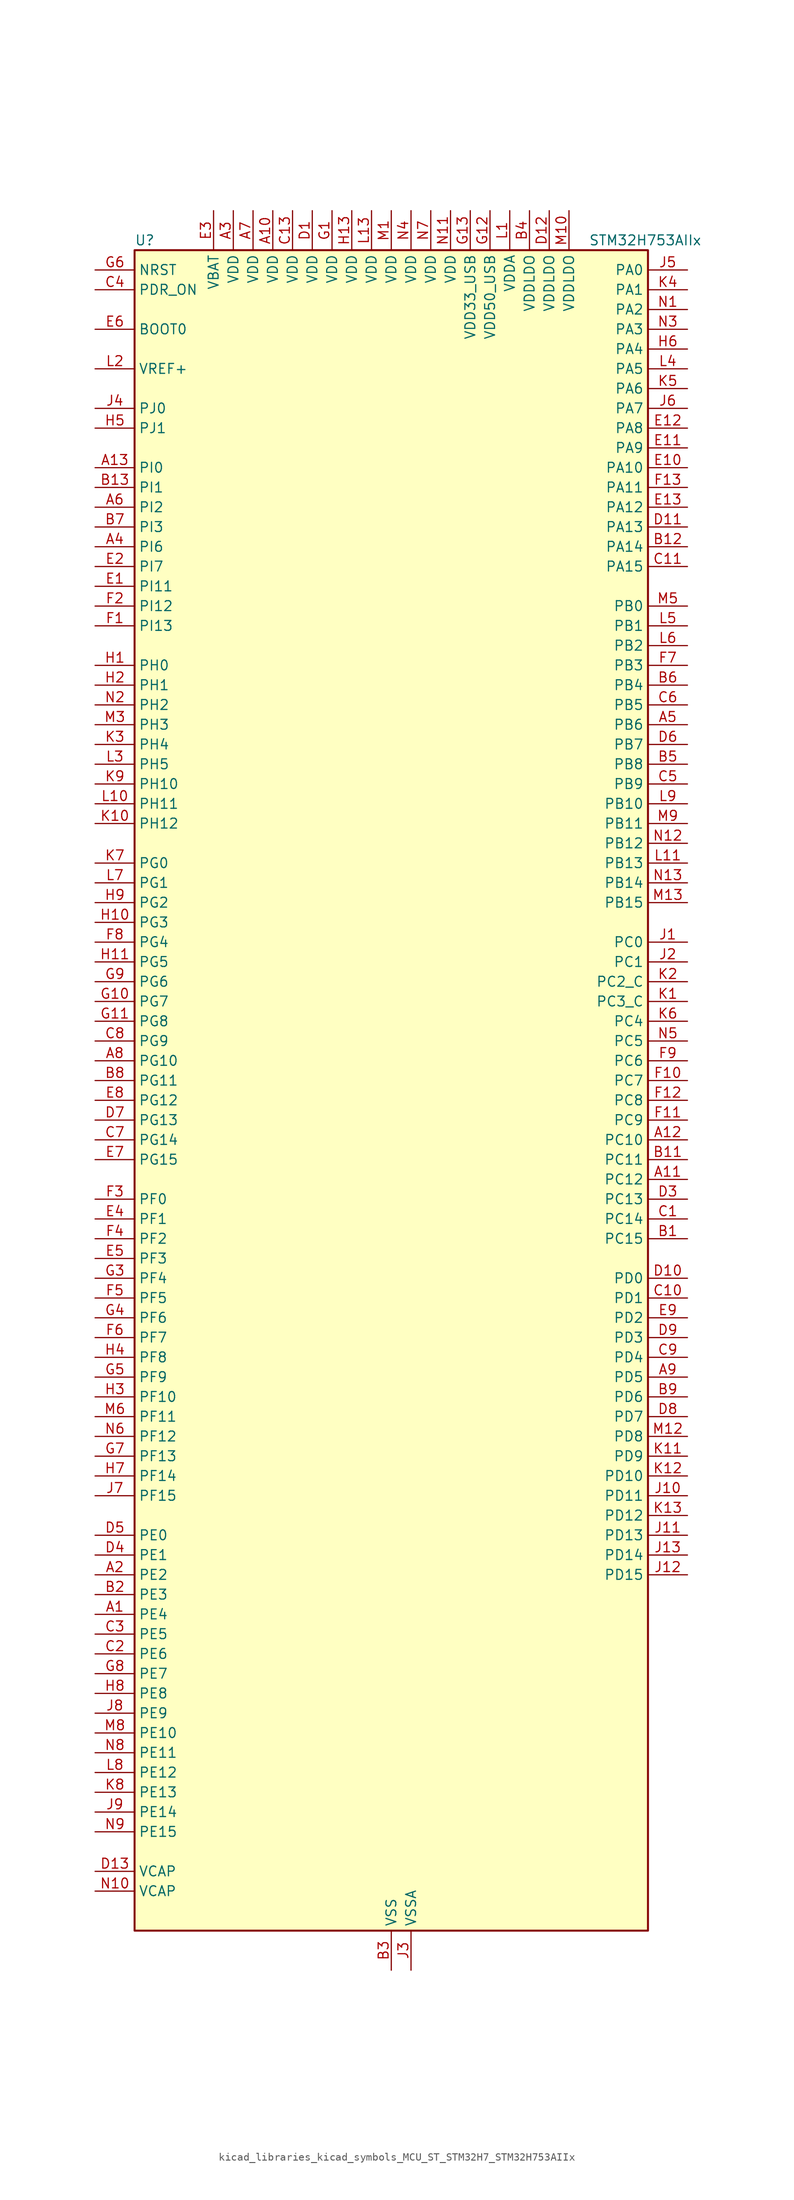
<source format=kicad_sym>
(kicad_symbol_lib
  (version 20220914)
  (generator kicad_symbol_editor)
  (symbol "kicad_libraries_kicad_symbols_MCU_ST_STM32H7_STM32H753AIIx"
    (property "Reference" "U"
      (at -33.02 110.49 0)
      (effects (font (size 1.27 1.27)) (justify left)))
    (property "Value" "STM32H753AIIx"
      (at 25.4 110.49 0)
      (effects (font (size 1.27 1.27)) (justify left)))
    (property "ki_locked" ""
      (at 0 0 0)
      (effects (font (size 1.27 1.27))))
    (symbol "kicad_libraries_kicad_symbols_MCU_ST_STM32H7_STM32H753AIIx_0_1"
      (rectangle (start -33.02 -106.68) (end 33.02 109.22) (stroke (width 0.254) (type default)) (fill (type background))))
    (symbol "kicad_libraries_kicad_symbols_MCU_ST_STM32H7_STM32H753AIIx_1_1"
      (pin bidirectional line (at -38.1 -66.04 0) (length 5.08) (name "PE4" (effects (font (size 1.27 1.27)))) (number "A1" (effects (font (size 1.27 1.27)))) (alternate "DCMI_D4" bidirectional line) (alternate "DEBUG_TRACED1" bidirectional line) (alternate "DFSDM1_DATIN3" bidirectional line) (alternate "FMC_A20" bidirectional line) (alternate "LTDC_B0" bidirectional line) (alternate "SAI1_D2" bidirectional line) (alternate "SAI1_FS_A" bidirectional line) (alternate "SAI4_D2" bidirectional line) (alternate "SAI4_FS_A" bidirectional line) (alternate "SPI4_NSS" bidirectional line) (alternate "TIM15_CH1N" bidirectional line))
      (pin power_in line (at -15.24 114.3 270) (length 5.08) (name "VDD" (effects (font (size 1.27 1.27)))) (number "A10" (effects (font (size 1.27 1.27)))))
      (pin bidirectional line (at 38.1 -10.16 180) (length 5.08) (name "PC12" (effects (font (size 1.27 1.27)))) (number "A11" (effects (font (size 1.27 1.27)))) (alternate "DCMI_D9" bidirectional line) (alternate "DEBUG_TRACED3" bidirectional line) (alternate "HRTIM_EEV2" bidirectional line) (alternate "I2S3_SDO" bidirectional line) (alternate "SDMMC1_CK" bidirectional line) (alternate "SPI3_MOSI" bidirectional line) (alternate "UART5_TX" bidirectional line) (alternate "USART3_CK" bidirectional line))
      (pin bidirectional line (at 38.1 -5.08 180) (length 5.08) (name "PC10" (effects (font (size 1.27 1.27)))) (number "A12" (effects (font (size 1.27 1.27)))) (alternate "DCMI_D8" bidirectional line) (alternate "DFSDM1_CKIN5" bidirectional line) (alternate "HRTIM_EEV1" bidirectional line) (alternate "I2S3_CK" bidirectional line) (alternate "LTDC_R2" bidirectional line) (alternate "QUADSPI_BK1_IO1" bidirectional line) (alternate "SDMMC1_D2" bidirectional line) (alternate "SPI3_SCK" bidirectional line) (alternate "UART4_TX" bidirectional line) (alternate "USART3_TX" bidirectional line))
      (pin bidirectional line (at -38.1 81.28 0) (length 5.08) (name "PI0" (effects (font (size 1.27 1.27)))) (number "A13" (effects (font (size 1.27 1.27)))) (alternate "DCMI_D13" bidirectional line) (alternate "FMC_D24" bidirectional line) (alternate "I2S2_WS" bidirectional line) (alternate "LTDC_G5" bidirectional line) (alternate "SPI2_NSS" bidirectional line) (alternate "TIM5_CH4" bidirectional line))
      (pin bidirectional line (at -38.1 -60.96 0) (length 5.08) (name "PE2" (effects (font (size 1.27 1.27)))) (number "A2" (effects (font (size 1.27 1.27)))) (alternate "DEBUG_TRACECLK" bidirectional line) (alternate "ETH_TXD3" bidirectional line) (alternate "FMC_A23" bidirectional line) (alternate "QUADSPI_BK1_IO2" bidirectional line) (alternate "SAI1_CK1" bidirectional line) (alternate "SAI1_MCLK_A" bidirectional line) (alternate "SAI4_CK1" bidirectional line) (alternate "SAI4_MCLK_A" bidirectional line) (alternate "SPI4_SCK" bidirectional line))
      (pin power_in line (at -20.32 114.3 270) (length 5.08) (name "VDD" (effects (font (size 1.27 1.27)))) (number "A3" (effects (font (size 1.27 1.27)))))
      (pin bidirectional line (at -38.1 71.12 0) (length 5.08) (name "PI6" (effects (font (size 1.27 1.27)))) (number "A4" (effects (font (size 1.27 1.27)))) (alternate "DCMI_D6" bidirectional line) (alternate "FMC_D28" bidirectional line) (alternate "LTDC_B6" bidirectional line) (alternate "SAI2_SD_A" bidirectional line) (alternate "TIM8_CH2" bidirectional line))
      (pin bidirectional line (at 38.1 48.26 180) (length 5.08) (name "PB6" (effects (font (size 1.27 1.27)))) (number "A5" (effects (font (size 1.27 1.27)))) (alternate "CEC" bidirectional line) (alternate "DCMI_D5" bidirectional line) (alternate "DFSDM1_DATIN5" bidirectional line) (alternate "FDCAN2_TX" bidirectional line) (alternate "FMC_SDNE1" bidirectional line) (alternate "HRTIM_EEV8" bidirectional line) (alternate "I2C1_SCL" bidirectional line) (alternate "I2C4_SCL" bidirectional line) (alternate "LPUART1_TX" bidirectional line) (alternate "QUADSPI_BK1_NCS" bidirectional line) (alternate "TIM16_CH1N" bidirectional line) (alternate "TIM4_CH1" bidirectional line) (alternate "UART5_TX" bidirectional line) (alternate "USART1_TX" bidirectional line))
      (pin bidirectional line (at -38.1 76.2 0) (length 5.08) (name "PI2" (effects (font (size 1.27 1.27)))) (number "A6" (effects (font (size 1.27 1.27)))) (alternate "DCMI_D9" bidirectional line) (alternate "FMC_D26" bidirectional line) (alternate "I2S2_SDI" bidirectional line) (alternate "LTDC_G7" bidirectional line) (alternate "SPI2_MISO" bidirectional line) (alternate "TIM8_CH4" bidirectional line))
      (pin power_in line (at -17.78 114.3 270) (length 5.08) (name "VDD" (effects (font (size 1.27 1.27)))) (number "A7" (effects (font (size 1.27 1.27)))))
      (pin bidirectional line (at -38.1 5.08 0) (length 5.08) (name "PG10" (effects (font (size 1.27 1.27)))) (number "A8" (effects (font (size 1.27 1.27)))) (alternate "DCMI_D2" bidirectional line) (alternate "FMC_NE3" bidirectional line) (alternate "HRTIM_FLT5" bidirectional line) (alternate "I2S1_WS" bidirectional line) (alternate "LTDC_B2" bidirectional line) (alternate "LTDC_G3" bidirectional line) (alternate "SAI2_SD_B" bidirectional line) (alternate "SPI1_NSS" bidirectional line))
      (pin bidirectional line (at 38.1 -35.56 180) (length 5.08) (name "PD5" (effects (font (size 1.27 1.27)))) (number "A9" (effects (font (size 1.27 1.27)))) (alternate "FMC_NWE" bidirectional line) (alternate "HRTIM_EEV3" bidirectional line) (alternate "USART2_TX" bidirectional line))
      (pin bidirectional line (at 38.1 -17.78 180) (length 5.08) (name "PC15" (effects (font (size 1.27 1.27)))) (number "B1" (effects (font (size 1.27 1.27)))) (alternate "ADC1_EXTI15" bidirectional line) (alternate "ADC2_EXTI15" bidirectional line) (alternate "ADC3_EXTI15" bidirectional line) (alternate "RCC_OSC32_OUT" bidirectional line))
      (pin passive line (at 0 -111.76 90) (length 5.08) hide (name "VSS" (effects (font (size 1.27 1.27)))) (number "B10" (effects (font (size 1.27 1.27)))))
      (pin bidirectional line (at 38.1 -7.62 180) (length 5.08) (name "PC11" (effects (font (size 1.27 1.27)))) (number "B11" (effects (font (size 1.27 1.27)))) (alternate "ADC1_EXTI11" bidirectional line) (alternate "ADC2_EXTI11" bidirectional line) (alternate "ADC3_EXTI11" bidirectional line) (alternate "DCMI_D4" bidirectional line) (alternate "DFSDM1_DATIN5" bidirectional line) (alternate "HRTIM_FLT2" bidirectional line) (alternate "I2S3_SDI" bidirectional line) (alternate "QUADSPI_BK2_NCS" bidirectional line) (alternate "SDMMC1_D3" bidirectional line) (alternate "SPI3_MISO" bidirectional line) (alternate "UART4_RX" bidirectional line) (alternate "USART3_RX" bidirectional line))
      (pin bidirectional line (at 38.1 71.12 180) (length 5.08) (name "PA14" (effects (font (size 1.27 1.27)))) (number "B12" (effects (font (size 1.27 1.27)))) (alternate "DEBUG_JTCK-SWCLK" bidirectional line))
      (pin bidirectional line (at -38.1 78.74 0) (length 5.08) (name "PI1" (effects (font (size 1.27 1.27)))) (number "B13" (effects (font (size 1.27 1.27)))) (alternate "DCMI_D8" bidirectional line) (alternate "FMC_D25" bidirectional line) (alternate "I2S2_CK" bidirectional line) (alternate "LTDC_G6" bidirectional line) (alternate "SPI2_SCK" bidirectional line) (alternate "TIM8_BKIN2" bidirectional line) (alternate "TIM8_BKIN2_COMP1" bidirectional line) (alternate "TIM8_BKIN2_COMP2" bidirectional line))
      (pin bidirectional line (at -38.1 -63.5 0) (length 5.08) (name "PE3" (effects (font (size 1.27 1.27)))) (number "B2" (effects (font (size 1.27 1.27)))) (alternate "DEBUG_TRACED0" bidirectional line) (alternate "FMC_A19" bidirectional line) (alternate "SAI1_SD_B" bidirectional line) (alternate "SAI4_SD_B" bidirectional line) (alternate "TIM15_BKIN" bidirectional line))
      (pin power_in line (at 0 -111.76 90) (length 5.08) (name "VSS" (effects (font (size 1.27 1.27)))) (number "B3" (effects (font (size 1.27 1.27)))))
      (pin power_in line (at 17.78 114.3 270) (length 5.08) (name "VDDLDO" (effects (font (size 1.27 1.27)))) (number "B4" (effects (font (size 1.27 1.27)))))
      (pin bidirectional line (at 38.1 43.18 180) (length 5.08) (name "PB8" (effects (font (size 1.27 1.27)))) (number "B5" (effects (font (size 1.27 1.27)))) (alternate "DCMI_D6" bidirectional line) (alternate "DFSDM1_CKIN7" bidirectional line) (alternate "ETH_TXD3" bidirectional line) (alternate "FDCAN1_RX" bidirectional line) (alternate "I2C1_SCL" bidirectional line) (alternate "I2C4_SCL" bidirectional line) (alternate "LTDC_B6" bidirectional line) (alternate "SDMMC1_CKIN" bidirectional line) (alternate "SDMMC1_D4" bidirectional line) (alternate "SDMMC2_D4" bidirectional line) (alternate "TIM16_CH1" bidirectional line) (alternate "TIM4_CH3" bidirectional line) (alternate "UART4_RX" bidirectional line))
      (pin bidirectional line (at 38.1 53.34 180) (length 5.08) (name "PB4" (effects (font (size 1.27 1.27)))) (number "B6" (effects (font (size 1.27 1.27)))) (alternate "DEBUG_JTRST" bidirectional line) (alternate "HRTIM_EEV6" bidirectional line) (alternate "I2S1_SDI" bidirectional line) (alternate "I2S2_WS" bidirectional line) (alternate "I2S3_SDI" bidirectional line) (alternate "SDMMC2_D3" bidirectional line) (alternate "SPI1_MISO" bidirectional line) (alternate "SPI2_NSS" bidirectional line) (alternate "SPI3_MISO" bidirectional line) (alternate "SPI6_MISO" bidirectional line) (alternate "TIM16_BKIN" bidirectional line) (alternate "TIM3_CH1" bidirectional line) (alternate "UART7_TX" bidirectional line))
      (pin bidirectional line (at -38.1 73.66 0) (length 5.08) (name "PI3" (effects (font (size 1.27 1.27)))) (number "B7" (effects (font (size 1.27 1.27)))) (alternate "DCMI_D10" bidirectional line) (alternate "FMC_D27" bidirectional line) (alternate "I2S2_SDO" bidirectional line) (alternate "SPI2_MOSI" bidirectional line) (alternate "TIM8_ETR" bidirectional line))
      (pin bidirectional line (at -38.1 2.54 0) (length 5.08) (name "PG11" (effects (font (size 1.27 1.27)))) (number "B8" (effects (font (size 1.27 1.27)))) (alternate "ADC1_EXTI11" bidirectional line) (alternate "ADC2_EXTI11" bidirectional line) (alternate "ADC3_EXTI11" bidirectional line) (alternate "DCMI_D3" bidirectional line) (alternate "ETH_TX_EN" bidirectional line) (alternate "HRTIM_EEV4" bidirectional line) (alternate "I2S1_CK" bidirectional line) (alternate "LPTIM1_IN2" bidirectional line) (alternate "LTDC_B3" bidirectional line) (alternate "SDMMC2_D2" bidirectional line) (alternate "SPDIFRX1_IN0" bidirectional line) (alternate "SPI1_SCK" bidirectional line))
      (pin bidirectional line (at 38.1 -38.1 180) (length 5.08) (name "PD6" (effects (font (size 1.27 1.27)))) (number "B9" (effects (font (size 1.27 1.27)))) (alternate "DCMI_D10" bidirectional line) (alternate "DFSDM1_CKIN4" bidirectional line) (alternate "DFSDM1_DATIN1" bidirectional line) (alternate "FMC_NWAIT" bidirectional line) (alternate "I2S3_SDO" bidirectional line) (alternate "LTDC_B2" bidirectional line) (alternate "SAI1_D1" bidirectional line) (alternate "SAI1_SD_A" bidirectional line) (alternate "SAI4_D1" bidirectional line) (alternate "SAI4_SD_A" bidirectional line) (alternate "SDMMC2_CK" bidirectional line) (alternate "SPI3_MOSI" bidirectional line) (alternate "USART2_RX" bidirectional line))
      (pin bidirectional line (at 38.1 -15.24 180) (length 5.08) (name "PC14" (effects (font (size 1.27 1.27)))) (number "C1" (effects (font (size 1.27 1.27)))) (alternate "RCC_OSC32_IN" bidirectional line))
      (pin bidirectional line (at 38.1 -25.4 180) (length 5.08) (name "PD1" (effects (font (size 1.27 1.27)))) (number "C10" (effects (font (size 1.27 1.27)))) (alternate "DFSDM1_DATIN6" bidirectional line) (alternate "FDCAN1_TX" bidirectional line) (alternate "FMC_D3" bidirectional line) (alternate "FMC_DA3" bidirectional line) (alternate "SAI3_SD_A" bidirectional line) (alternate "UART4_TX" bidirectional line))
      (pin bidirectional line (at 38.1 68.58 180) (length 5.08) (name "PA15" (effects (font (size 1.27 1.27)))) (number "C11" (effects (font (size 1.27 1.27)))) (alternate "ADC1_EXTI15" bidirectional line) (alternate "ADC2_EXTI15" bidirectional line) (alternate "ADC3_EXTI15" bidirectional line) (alternate "CEC" bidirectional line) (alternate "DEBUG_JTDI" bidirectional line) (alternate "HRTIM_FLT1" bidirectional line) (alternate "I2S1_WS" bidirectional line) (alternate "I2S3_WS" bidirectional line) (alternate "SPI1_NSS" bidirectional line) (alternate "SPI3_NSS" bidirectional line) (alternate "SPI6_NSS" bidirectional line) (alternate "TIM2_CH1" bidirectional line) (alternate "TIM2_ETR" bidirectional line) (alternate "UART4_DE" bidirectional line) (alternate "UART4_RTS" bidirectional line) (alternate "UART7_TX" bidirectional line))
      (pin passive line (at 0 -111.76 90) (length 5.08) hide (name "VSS" (effects (font (size 1.27 1.27)))) (number "C12" (effects (font (size 1.27 1.27)))))
      (pin power_in line (at -12.7 114.3 270) (length 5.08) (name "VDD" (effects (font (size 1.27 1.27)))) (number "C13" (effects (font (size 1.27 1.27)))))
      (pin bidirectional line (at -38.1 -71.12 0) (length 5.08) (name "PE6" (effects (font (size 1.27 1.27)))) (number "C2" (effects (font (size 1.27 1.27)))) (alternate "DCMI_D7" bidirectional line) (alternate "DEBUG_TRACED3" bidirectional line) (alternate "FMC_A22" bidirectional line) (alternate "LTDC_G1" bidirectional line) (alternate "SAI1_D1" bidirectional line) (alternate "SAI1_SD_A" bidirectional line) (alternate "SAI2_MCLK_B" bidirectional line) (alternate "SAI4_D1" bidirectional line) (alternate "SAI4_SD_A" bidirectional line) (alternate "SPI4_MOSI" bidirectional line) (alternate "TIM15_CH2" bidirectional line) (alternate "TIM1_BKIN2" bidirectional line) (alternate "TIM1_BKIN2_COMP1" bidirectional line) (alternate "TIM1_BKIN2_COMP2" bidirectional line))
      (pin bidirectional line (at -38.1 -68.58 0) (length 5.08) (name "PE5" (effects (font (size 1.27 1.27)))) (number "C3" (effects (font (size 1.27 1.27)))) (alternate "DCMI_D6" bidirectional line) (alternate "DEBUG_TRACED2" bidirectional line) (alternate "DFSDM1_CKIN3" bidirectional line) (alternate "FMC_A21" bidirectional line) (alternate "LTDC_G0" bidirectional line) (alternate "SAI1_CK2" bidirectional line) (alternate "SAI1_SCK_A" bidirectional line) (alternate "SAI4_CK2" bidirectional line) (alternate "SAI4_SCK_A" bidirectional line) (alternate "SPI4_MISO" bidirectional line) (alternate "TIM15_CH1" bidirectional line))
      (pin input line (at -38.1 104.14 0) (length 5.08) (name "PDR_ON" (effects (font (size 1.27 1.27)))) (number "C4" (effects (font (size 1.27 1.27)))))
      (pin bidirectional line (at 38.1 40.64 180) (length 5.08) (name "PB9" (effects (font (size 1.27 1.27)))) (number "C5" (effects (font (size 1.27 1.27)))) (alternate "DAC1_EXTI9" bidirectional line) (alternate "DCMI_D7" bidirectional line) (alternate "DFSDM1_DATIN7" bidirectional line) (alternate "FDCAN1_TX" bidirectional line) (alternate "I2C1_SDA" bidirectional line) (alternate "I2C4_SDA" bidirectional line) (alternate "I2C4_SMBA" bidirectional line) (alternate "I2S2_WS" bidirectional line) (alternate "LTDC_B7" bidirectional line) (alternate "SDMMC1_CDIR" bidirectional line) (alternate "SDMMC1_D5" bidirectional line) (alternate "SDMMC2_D5" bidirectional line) (alternate "SPI2_NSS" bidirectional line) (alternate "TIM17_CH1" bidirectional line) (alternate "TIM4_CH4" bidirectional line) (alternate "UART4_TX" bidirectional line))
      (pin bidirectional line (at 38.1 50.8 180) (length 5.08) (name "PB5" (effects (font (size 1.27 1.27)))) (number "C6" (effects (font (size 1.27 1.27)))) (alternate "DCMI_D10" bidirectional line) (alternate "ETH_PPS_OUT" bidirectional line) (alternate "FDCAN2_RX" bidirectional line) (alternate "FMC_SDCKE1" bidirectional line) (alternate "HRTIM_EEV7" bidirectional line) (alternate "I2C1_SMBA" bidirectional line) (alternate "I2C4_SMBA" bidirectional line) (alternate "I2S1_SDO" bidirectional line) (alternate "I2S3_SDO" bidirectional line) (alternate "SPI1_MOSI" bidirectional line) (alternate "SPI3_MOSI" bidirectional line) (alternate "SPI6_MOSI" bidirectional line) (alternate "TIM17_BKIN" bidirectional line) (alternate "TIM3_CH2" bidirectional line) (alternate "UART5_RX" bidirectional line) (alternate "USB_OTG_HS_ULPI_D7" bidirectional line))
      (pin bidirectional line (at -38.1 -5.08 0) (length 5.08) (name "PG14" (effects (font (size 1.27 1.27)))) (number "C7" (effects (font (size 1.27 1.27)))) (alternate "DEBUG_TRACED1" bidirectional line) (alternate "ETH_TXD1" bidirectional line) (alternate "FMC_A25" bidirectional line) (alternate "LPTIM1_ETR" bidirectional line) (alternate "LTDC_B0" bidirectional line) (alternate "QUADSPI_BK2_IO3" bidirectional line) (alternate "SPI6_MOSI" bidirectional line) (alternate "USART6_TX" bidirectional line))
      (pin bidirectional line (at -38.1 7.62 0) (length 5.08) (name "PG9" (effects (font (size 1.27 1.27)))) (number "C8" (effects (font (size 1.27 1.27)))) (alternate "DAC1_EXTI9" bidirectional line) (alternate "DCMI_VSYNC" bidirectional line) (alternate "FMC_NCE" bidirectional line) (alternate "FMC_NE2" bidirectional line) (alternate "I2S1_SDI" bidirectional line) (alternate "QUADSPI_BK2_IO2" bidirectional line) (alternate "SAI2_FS_B" bidirectional line) (alternate "SPDIFRX1_IN3" bidirectional line) (alternate "SPI1_MISO" bidirectional line) (alternate "USART6_RX" bidirectional line))
      (pin bidirectional line (at 38.1 -33.02 180) (length 5.08) (name "PD4" (effects (font (size 1.27 1.27)))) (number "C9" (effects (font (size 1.27 1.27)))) (alternate "FMC_NOE" bidirectional line) (alternate "HRTIM_FLT3" bidirectional line) (alternate "SAI3_FS_A" bidirectional line) (alternate "USART2_DE" bidirectional line) (alternate "USART2_RTS" bidirectional line))
      (pin power_in line (at -10.16 114.3 270) (length 5.08) (name "VDD" (effects (font (size 1.27 1.27)))) (number "D1" (effects (font (size 1.27 1.27)))))
      (pin bidirectional line (at 38.1 -22.86 180) (length 5.08) (name "PD0" (effects (font (size 1.27 1.27)))) (number "D10" (effects (font (size 1.27 1.27)))) (alternate "DFSDM1_CKIN6" bidirectional line) (alternate "FDCAN1_RX" bidirectional line) (alternate "FMC_D2" bidirectional line) (alternate "FMC_DA2" bidirectional line) (alternate "SAI3_SCK_A" bidirectional line) (alternate "UART4_RX" bidirectional line))
      (pin bidirectional line (at 38.1 73.66 180) (length 5.08) (name "PA13" (effects (font (size 1.27 1.27)))) (number "D11" (effects (font (size 1.27 1.27)))) (alternate "DEBUG_JTMS-SWDIO" bidirectional line))
      (pin power_in line (at 20.32 114.3 270) (length 5.08) (name "VDDLDO" (effects (font (size 1.27 1.27)))) (number "D12" (effects (font (size 1.27 1.27)))))
      (pin power_out line (at -38.1 -99.06 0) (length 5.08) (name "VCAP" (effects (font (size 1.27 1.27)))) (number "D13" (effects (font (size 1.27 1.27)))))
      (pin passive line (at 0 -111.76 90) (length 5.08) hide (name "VSS" (effects (font (size 1.27 1.27)))) (number "D2" (effects (font (size 1.27 1.27)))))
      (pin bidirectional line (at 38.1 -12.7 180) (length 5.08) (name "PC13" (effects (font (size 1.27 1.27)))) (number "D3" (effects (font (size 1.27 1.27)))) (alternate "PWR_WKUP2" bidirectional line) (alternate "RTC_OUT_ALARM" bidirectional line) (alternate "RTC_OUT_CALIB" bidirectional line) (alternate "RTC_TAMP1" bidirectional line) (alternate "RTC_TS" bidirectional line))
      (pin bidirectional line (at -38.1 -58.42 0) (length 5.08) (name "PE1" (effects (font (size 1.27 1.27)))) (number "D4" (effects (font (size 1.27 1.27)))) (alternate "DCMI_D3" bidirectional line) (alternate "FMC_NBL1" bidirectional line) (alternate "HRTIM_SCOUT" bidirectional line) (alternate "LPTIM1_IN2" bidirectional line) (alternate "UART8_TX" bidirectional line))
      (pin bidirectional line (at -38.1 -55.88 0) (length 5.08) (name "PE0" (effects (font (size 1.27 1.27)))) (number "D5" (effects (font (size 1.27 1.27)))) (alternate "DCMI_D2" bidirectional line) (alternate "FMC_NBL0" bidirectional line) (alternate "HRTIM_SCIN" bidirectional line) (alternate "LPTIM1_ETR" bidirectional line) (alternate "LPTIM2_ETR" bidirectional line) (alternate "SAI2_MCLK_A" bidirectional line) (alternate "TIM4_ETR" bidirectional line) (alternate "UART8_RX" bidirectional line))
      (pin bidirectional line (at 38.1 45.72 180) (length 5.08) (name "PB7" (effects (font (size 1.27 1.27)))) (number "D6" (effects (font (size 1.27 1.27)))) (alternate "DCMI_VSYNC" bidirectional line) (alternate "DFSDM1_CKIN5" bidirectional line) (alternate "FMC_NL" bidirectional line) (alternate "HRTIM_EEV9" bidirectional line) (alternate "I2C1_SDA" bidirectional line) (alternate "I2C4_SDA" bidirectional line) (alternate "LPUART1_RX" bidirectional line) (alternate "PWR_PVD_IN" bidirectional line) (alternate "TIM17_CH1N" bidirectional line) (alternate "TIM4_CH2" bidirectional line) (alternate "USART1_RX" bidirectional line))
      (pin bidirectional line (at -38.1 -2.54 0) (length 5.08) (name "PG13" (effects (font (size 1.27 1.27)))) (number "D7" (effects (font (size 1.27 1.27)))) (alternate "DEBUG_TRACED0" bidirectional line) (alternate "ETH_TXD0" bidirectional line) (alternate "FMC_A24" bidirectional line) (alternate "HRTIM_EEV10" bidirectional line) (alternate "LPTIM1_OUT" bidirectional line) (alternate "LTDC_R0" bidirectional line) (alternate "SPI6_SCK" bidirectional line) (alternate "USART6_CTS" bidirectional line) (alternate "USART6_NSS" bidirectional line))
      (pin bidirectional line (at 38.1 -40.64 180) (length 5.08) (name "PD7" (effects (font (size 1.27 1.27)))) (number "D8" (effects (font (size 1.27 1.27)))) (alternate "DFSDM1_CKIN1" bidirectional line) (alternate "DFSDM1_DATIN4" bidirectional line) (alternate "FMC_NE1" bidirectional line) (alternate "I2S1_SDO" bidirectional line) (alternate "SDMMC2_CMD" bidirectional line) (alternate "SPDIFRX1_IN0" bidirectional line) (alternate "SPI1_MOSI" bidirectional line) (alternate "USART2_CK" bidirectional line))
      (pin bidirectional line (at 38.1 -30.48 180) (length 5.08) (name "PD3" (effects (font (size 1.27 1.27)))) (number "D9" (effects (font (size 1.27 1.27)))) (alternate "DCMI_D5" bidirectional line) (alternate "DFSDM1_CKOUT" bidirectional line) (alternate "FMC_CLK" bidirectional line) (alternate "I2S2_CK" bidirectional line) (alternate "LTDC_G7" bidirectional line) (alternate "SPI2_SCK" bidirectional line) (alternate "USART2_CTS" bidirectional line) (alternate "USART2_NSS" bidirectional line))
      (pin bidirectional line (at -38.1 66.04 0) (length 5.08) (name "PI11" (effects (font (size 1.27 1.27)))) (number "E1" (effects (font (size 1.27 1.27)))) (alternate "ADC1_EXTI11" bidirectional line) (alternate "ADC2_EXTI11" bidirectional line) (alternate "ADC3_EXTI11" bidirectional line) (alternate "LTDC_G6" bidirectional line) (alternate "PWR_WKUP4" bidirectional line) (alternate "USB_OTG_HS_ULPI_DIR" bidirectional line))
      (pin bidirectional line (at 38.1 81.28 180) (length 5.08) (name "PA10" (effects (font (size 1.27 1.27)))) (number "E10" (effects (font (size 1.27 1.27)))) (alternate "DCMI_D1" bidirectional line) (alternate "HRTIM_CHC2" bidirectional line) (alternate "LPUART1_RX" bidirectional line) (alternate "LTDC_B1" bidirectional line) (alternate "LTDC_B4" bidirectional line) (alternate "MDIOS_MDIO" bidirectional line) (alternate "TIM1_CH3" bidirectional line) (alternate "USART1_RX" bidirectional line) (alternate "USB_OTG_FS_ID" bidirectional line))
      (pin bidirectional line (at 38.1 83.82 180) (length 5.08) (name "PA9" (effects (font (size 1.27 1.27)))) (number "E11" (effects (font (size 1.27 1.27)))) (alternate "DAC1_EXTI9" bidirectional line) (alternate "DCMI_D0" bidirectional line) (alternate "HRTIM_CHC1" bidirectional line) (alternate "I2C3_SMBA" bidirectional line) (alternate "I2S2_CK" bidirectional line) (alternate "LPUART1_TX" bidirectional line) (alternate "LTDC_R5" bidirectional line) (alternate "SPI2_SCK" bidirectional line) (alternate "TIM1_CH2" bidirectional line) (alternate "USART1_TX" bidirectional line) (alternate "USB_OTG_FS_VBUS" bidirectional line))
      (pin bidirectional line (at 38.1 86.36 180) (length 5.08) (name "PA8" (effects (font (size 1.27 1.27)))) (number "E12" (effects (font (size 1.27 1.27)))) (alternate "HRTIM_CHB2" bidirectional line) (alternate "I2C3_SCL" bidirectional line) (alternate "LTDC_B3" bidirectional line) (alternate "LTDC_R6" bidirectional line) (alternate "RCC_MCO_1" bidirectional line) (alternate "TIM1_CH1" bidirectional line) (alternate "TIM8_BKIN2" bidirectional line) (alternate "TIM8_BKIN2_COMP1" bidirectional line) (alternate "TIM8_BKIN2_COMP2" bidirectional line) (alternate "UART7_RX" bidirectional line) (alternate "USART1_CK" bidirectional line) (alternate "USB_OTG_FS_SOF" bidirectional line))
      (pin bidirectional line (at 38.1 76.2 180) (length 5.08) (name "PA12" (effects (font (size 1.27 1.27)))) (number "E13" (effects (font (size 1.27 1.27)))) (alternate "FDCAN1_TX" bidirectional line) (alternate "HRTIM_CHD2" bidirectional line) (alternate "I2S2_CK" bidirectional line) (alternate "LPUART1_DE" bidirectional line) (alternate "LPUART1_RTS" bidirectional line) (alternate "LTDC_R5" bidirectional line) (alternate "SAI2_FS_B" bidirectional line) (alternate "SPI2_SCK" bidirectional line) (alternate "TIM1_ETR" bidirectional line) (alternate "UART4_TX" bidirectional line) (alternate "USART1_DE" bidirectional line) (alternate "USART1_RTS" bidirectional line) (alternate "USB_OTG_FS_DP" bidirectional line))
      (pin bidirectional line (at -38.1 68.58 0) (length 5.08) (name "PI7" (effects (font (size 1.27 1.27)))) (number "E2" (effects (font (size 1.27 1.27)))) (alternate "DCMI_D7" bidirectional line) (alternate "FMC_D29" bidirectional line) (alternate "LTDC_B7" bidirectional line) (alternate "SAI2_FS_A" bidirectional line) (alternate "TIM8_CH3" bidirectional line))
      (pin power_in line (at -22.86 114.3 270) (length 5.08) (name "VBAT" (effects (font (size 1.27 1.27)))) (number "E3" (effects (font (size 1.27 1.27)))))
      (pin bidirectional line (at -38.1 -15.24 0) (length 5.08) (name "PF1" (effects (font (size 1.27 1.27)))) (number "E4" (effects (font (size 1.27 1.27)))) (alternate "FMC_A1" bidirectional line) (alternate "I2C2_SCL" bidirectional line))
      (pin bidirectional line (at -38.1 -20.32 0) (length 5.08) (name "PF3" (effects (font (size 1.27 1.27)))) (number "E5" (effects (font (size 1.27 1.27)))) (alternate "ADC3_INP5" bidirectional line) (alternate "FMC_A3" bidirectional line))
      (pin input line (at -38.1 99.06 0) (length 5.08) (name "BOOT0" (effects (font (size 1.27 1.27)))) (number "E6" (effects (font (size 1.27 1.27)))))
      (pin bidirectional line (at -38.1 -7.62 0) (length 5.08) (name "PG15" (effects (font (size 1.27 1.27)))) (number "E7" (effects (font (size 1.27 1.27)))) (alternate "ADC1_EXTI15" bidirectional line) (alternate "ADC2_EXTI15" bidirectional line) (alternate "ADC3_EXTI15" bidirectional line) (alternate "DCMI_D13" bidirectional line) (alternate "FMC_SDNCAS" bidirectional line) (alternate "USART6_CTS" bidirectional line) (alternate "USART6_NSS" bidirectional line))
      (pin bidirectional line (at -38.1 0 0) (length 5.08) (name "PG12" (effects (font (size 1.27 1.27)))) (number "E8" (effects (font (size 1.27 1.27)))) (alternate "ETH_TXD1" bidirectional line) (alternate "FMC_NE4" bidirectional line) (alternate "HRTIM_EEV5" bidirectional line) (alternate "LPTIM1_IN1" bidirectional line) (alternate "LTDC_B1" bidirectional line) (alternate "LTDC_B4" bidirectional line) (alternate "SPDIFRX1_IN1" bidirectional line) (alternate "SPI6_MISO" bidirectional line) (alternate "USART6_DE" bidirectional line) (alternate "USART6_RTS" bidirectional line))
      (pin bidirectional line (at 38.1 -27.94 180) (length 5.08) (name "PD2" (effects (font (size 1.27 1.27)))) (number "E9" (effects (font (size 1.27 1.27)))) (alternate "DCMI_D11" bidirectional line) (alternate "DEBUG_TRACED2" bidirectional line) (alternate "SDMMC1_CMD" bidirectional line) (alternate "TIM3_ETR" bidirectional line) (alternate "UART5_RX" bidirectional line))
      (pin bidirectional line (at -38.1 60.96 0) (length 5.08) (name "PI13" (effects (font (size 1.27 1.27)))) (number "F1" (effects (font (size 1.27 1.27)))) (alternate "LTDC_VSYNC" bidirectional line))
      (pin bidirectional line (at 38.1 2.54 180) (length 5.08) (name "PC7" (effects (font (size 1.27 1.27)))) (number "F10" (effects (font (size 1.27 1.27)))) (alternate "DCMI_D1" bidirectional line) (alternate "DEBUG_TRGIO" bidirectional line) (alternate "DFSDM1_DATIN3" bidirectional line) (alternate "FMC_NE1" bidirectional line) (alternate "HRTIM_CHA2" bidirectional line) (alternate "I2S3_MCK" bidirectional line) (alternate "LTDC_G6" bidirectional line) (alternate "SDMMC1_D123DIR" bidirectional line) (alternate "SDMMC1_D7" bidirectional line) (alternate "SDMMC2_D7" bidirectional line) (alternate "SWPMI1_TX" bidirectional line) (alternate "TIM3_CH2" bidirectional line) (alternate "TIM8_CH2" bidirectional line) (alternate "USART6_RX" bidirectional line))
      (pin bidirectional line (at 38.1 -2.54 180) (length 5.08) (name "PC9" (effects (font (size 1.27 1.27)))) (number "F11" (effects (font (size 1.27 1.27)))) (alternate "DAC1_EXTI9" bidirectional line) (alternate "DCMI_D3" bidirectional line) (alternate "I2C3_SDA" bidirectional line) (alternate "I2S_CKIN" bidirectional line) (alternate "LTDC_B2" bidirectional line) (alternate "LTDC_G3" bidirectional line) (alternate "QUADSPI_BK1_IO0" bidirectional line) (alternate "RCC_MCO_2" bidirectional line) (alternate "SDMMC1_D1" bidirectional line) (alternate "SWPMI1_SUSPEND" bidirectional line) (alternate "TIM3_CH4" bidirectional line) (alternate "TIM8_CH4" bidirectional line) (alternate "UART5_CTS" bidirectional line))
      (pin bidirectional line (at 38.1 0 180) (length 5.08) (name "PC8" (effects (font (size 1.27 1.27)))) (number "F12" (effects (font (size 1.27 1.27)))) (alternate "DCMI_D2" bidirectional line) (alternate "DEBUG_TRACED1" bidirectional line) (alternate "FMC_NCE" bidirectional line) (alternate "FMC_NE2" bidirectional line) (alternate "HRTIM_CHB1" bidirectional line) (alternate "SDMMC1_D0" bidirectional line) (alternate "SWPMI1_RX" bidirectional line) (alternate "TIM3_CH3" bidirectional line) (alternate "TIM8_CH3" bidirectional line) (alternate "UART5_DE" bidirectional line) (alternate "UART5_RTS" bidirectional line) (alternate "USART6_CK" bidirectional line))
      (pin bidirectional line (at 38.1 78.74 180) (length 5.08) (name "PA11" (effects (font (size 1.27 1.27)))) (number "F13" (effects (font (size 1.27 1.27)))) (alternate "ADC1_EXTI11" bidirectional line) (alternate "ADC2_EXTI11" bidirectional line) (alternate "ADC3_EXTI11" bidirectional line) (alternate "FDCAN1_RX" bidirectional line) (alternate "HRTIM_CHD1" bidirectional line) (alternate "I2S2_WS" bidirectional line) (alternate "LPUART1_CTS" bidirectional line) (alternate "LTDC_R4" bidirectional line) (alternate "SPI2_NSS" bidirectional line) (alternate "TIM1_CH4" bidirectional line) (alternate "UART4_RX" bidirectional line) (alternate "USART1_CTS" bidirectional line) (alternate "USART1_NSS" bidirectional line) (alternate "USB_OTG_FS_DM" bidirectional line))
      (pin bidirectional line (at -38.1 63.5 0) (length 5.08) (name "PI12" (effects (font (size 1.27 1.27)))) (number "F2" (effects (font (size 1.27 1.27)))) (alternate "LTDC_HSYNC" bidirectional line))
      (pin bidirectional line (at -38.1 -12.7 0) (length 5.08) (name "PF0" (effects (font (size 1.27 1.27)))) (number "F3" (effects (font (size 1.27 1.27)))) (alternate "FMC_A0" bidirectional line) (alternate "I2C2_SDA" bidirectional line))
      (pin bidirectional line (at -38.1 -17.78 0) (length 5.08) (name "PF2" (effects (font (size 1.27 1.27)))) (number "F4" (effects (font (size 1.27 1.27)))) (alternate "FMC_A2" bidirectional line) (alternate "I2C2_SMBA" bidirectional line))
      (pin bidirectional line (at -38.1 -25.4 0) (length 5.08) (name "PF5" (effects (font (size 1.27 1.27)))) (number "F5" (effects (font (size 1.27 1.27)))) (alternate "ADC3_INP4" bidirectional line) (alternate "FMC_A5" bidirectional line))
      (pin bidirectional line (at -38.1 -30.48 0) (length 5.08) (name "PF7" (effects (font (size 1.27 1.27)))) (number "F6" (effects (font (size 1.27 1.27)))) (alternate "ADC3_INP3" bidirectional line) (alternate "QUADSPI_BK1_IO2" bidirectional line) (alternate "SAI1_MCLK_B" bidirectional line) (alternate "SAI4_MCLK_B" bidirectional line) (alternate "SPI5_SCK" bidirectional line) (alternate "TIM17_CH1" bidirectional line) (alternate "UART7_TX" bidirectional line))
      (pin bidirectional line (at 38.1 55.88 180) (length 5.08) (name "PB3" (effects (font (size 1.27 1.27)))) (number "F7" (effects (font (size 1.27 1.27)))) (alternate "CRS_SYNC" bidirectional line) (alternate "DEBUG_JTDO-SWO" bidirectional line) (alternate "HRTIM_FLT4" bidirectional line) (alternate "I2S1_CK" bidirectional line) (alternate "I2S3_CK" bidirectional line) (alternate "SDMMC2_D2" bidirectional line) (alternate "SPI1_SCK" bidirectional line) (alternate "SPI3_SCK" bidirectional line) (alternate "SPI6_SCK" bidirectional line) (alternate "TIM2_CH2" bidirectional line) (alternate "UART7_RX" bidirectional line))
      (pin bidirectional line (at -38.1 20.32 0) (length 5.08) (name "PG4" (effects (font (size 1.27 1.27)))) (number "F8" (effects (font (size 1.27 1.27)))) (alternate "FMC_A14" bidirectional line) (alternate "FMC_BA0" bidirectional line) (alternate "TIM1_BKIN2" bidirectional line) (alternate "TIM1_BKIN2_COMP1" bidirectional line) (alternate "TIM1_BKIN2_COMP2" bidirectional line))
      (pin bidirectional line (at 38.1 5.08 180) (length 5.08) (name "PC6" (effects (font (size 1.27 1.27)))) (number "F9" (effects (font (size 1.27 1.27)))) (alternate "DCMI_D0" bidirectional line) (alternate "DFSDM1_CKIN3" bidirectional line) (alternate "FMC_NWAIT" bidirectional line) (alternate "HRTIM_CHA1" bidirectional line) (alternate "I2S2_MCK" bidirectional line) (alternate "LTDC_HSYNC" bidirectional line) (alternate "SDMMC1_D0DIR" bidirectional line) (alternate "SDMMC1_D6" bidirectional line) (alternate "SDMMC2_D6" bidirectional line) (alternate "SWPMI1_IO" bidirectional line) (alternate "TIM3_CH1" bidirectional line) (alternate "TIM8_CH1" bidirectional line) (alternate "USART6_TX" bidirectional line))
      (pin power_in line (at -7.62 114.3 270) (length 5.08) (name "VDD" (effects (font (size 1.27 1.27)))) (number "G1" (effects (font (size 1.27 1.27)))))
      (pin bidirectional line (at -38.1 12.7 0) (length 5.08) (name "PG7" (effects (font (size 1.27 1.27)))) (number "G10" (effects (font (size 1.27 1.27)))) (alternate "DCMI_D13" bidirectional line) (alternate "FMC_INT" bidirectional line) (alternate "HRTIM_CHE2" bidirectional line) (alternate "LTDC_CLK" bidirectional line) (alternate "SAI1_MCLK_A" bidirectional line) (alternate "USART6_CK" bidirectional line))
      (pin bidirectional line (at -38.1 10.16 0) (length 5.08) (name "PG8" (effects (font (size 1.27 1.27)))) (number "G11" (effects (font (size 1.27 1.27)))) (alternate "ETH_PPS_OUT" bidirectional line) (alternate "FMC_SDCLK" bidirectional line) (alternate "LTDC_G7" bidirectional line) (alternate "SPDIFRX1_IN2" bidirectional line) (alternate "SPI6_NSS" bidirectional line) (alternate "TIM8_ETR" bidirectional line) (alternate "USART6_DE" bidirectional line) (alternate "USART6_RTS" bidirectional line))
      (pin power_in line (at 12.7 114.3 270) (length 5.08) (name "VDD50_USB" (effects (font (size 1.27 1.27)))) (number "G12" (effects (font (size 1.27 1.27)))))
      (pin power_in line (at 10.16 114.3 270) (length 5.08) (name "VDD33_USB" (effects (font (size 1.27 1.27)))) (number "G13" (effects (font (size 1.27 1.27)))))
      (pin passive line (at 0 -111.76 90) (length 5.08) hide (name "VSS" (effects (font (size 1.27 1.27)))) (number "G2" (effects (font (size 1.27 1.27)))))
      (pin bidirectional line (at -38.1 -22.86 0) (length 5.08) (name "PF4" (effects (font (size 1.27 1.27)))) (number "G3" (effects (font (size 1.27 1.27)))) (alternate "ADC3_INN5" bidirectional line) (alternate "ADC3_INP9" bidirectional line) (alternate "FMC_A4" bidirectional line))
      (pin bidirectional line (at -38.1 -27.94 0) (length 5.08) (name "PF6" (effects (font (size 1.27 1.27)))) (number "G4" (effects (font (size 1.27 1.27)))) (alternate "ADC3_INN4" bidirectional line) (alternate "ADC3_INP8" bidirectional line) (alternate "QUADSPI_BK1_IO3" bidirectional line) (alternate "SAI1_SD_B" bidirectional line) (alternate "SAI4_SD_B" bidirectional line) (alternate "SPI5_NSS" bidirectional line) (alternate "TIM16_CH1" bidirectional line) (alternate "UART7_RX" bidirectional line))
      (pin bidirectional line (at -38.1 -35.56 0) (length 5.08) (name "PF9" (effects (font (size 1.27 1.27)))) (number "G5" (effects (font (size 1.27 1.27)))) (alternate "ADC3_INP2" bidirectional line) (alternate "DAC1_EXTI9" bidirectional line) (alternate "QUADSPI_BK1_IO1" bidirectional line) (alternate "SAI1_FS_B" bidirectional line) (alternate "SAI4_FS_B" bidirectional line) (alternate "SPI5_MOSI" bidirectional line) (alternate "TIM14_CH1" bidirectional line) (alternate "TIM17_CH1N" bidirectional line) (alternate "UART7_CTS" bidirectional line))
      (pin input line (at -38.1 106.68 0) (length 5.08) (name "NRST" (effects (font (size 1.27 1.27)))) (number "G6" (effects (font (size 1.27 1.27)))))
      (pin bidirectional line (at -38.1 -45.72 0) (length 5.08) (name "PF13" (effects (font (size 1.27 1.27)))) (number "G7" (effects (font (size 1.27 1.27)))) (alternate "ADC2_INP2" bidirectional line) (alternate "DFSDM1_DATIN6" bidirectional line) (alternate "FMC_A7" bidirectional line) (alternate "I2C4_SMBA" bidirectional line))
      (pin bidirectional line (at -38.1 -73.66 0) (length 5.08) (name "PE7" (effects (font (size 1.27 1.27)))) (number "G8" (effects (font (size 1.27 1.27)))) (alternate "COMP2_INM" bidirectional line) (alternate "DFSDM1_DATIN2" bidirectional line) (alternate "FMC_D4" bidirectional line) (alternate "FMC_DA4" bidirectional line) (alternate "OPAMP2_VOUT" bidirectional line) (alternate "QUADSPI_BK2_IO0" bidirectional line) (alternate "TIM1_ETR" bidirectional line) (alternate "UART7_RX" bidirectional line))
      (pin bidirectional line (at -38.1 15.24 0) (length 5.08) (name "PG6" (effects (font (size 1.27 1.27)))) (number "G9" (effects (font (size 1.27 1.27)))) (alternate "DCMI_D12" bidirectional line) (alternate "FMC_NE3" bidirectional line) (alternate "HRTIM_CHE1" bidirectional line) (alternate "LTDC_R7" bidirectional line) (alternate "QUADSPI_BK1_NCS" bidirectional line) (alternate "TIM17_BKIN" bidirectional line))
      (pin bidirectional line (at -38.1 55.88 0) (length 5.08) (name "PH0" (effects (font (size 1.27 1.27)))) (number "H1" (effects (font (size 1.27 1.27)))) (alternate "RCC_OSC_IN" bidirectional line))
      (pin bidirectional line (at -38.1 22.86 0) (length 5.08) (name "PG3" (effects (font (size 1.27 1.27)))) (number "H10" (effects (font (size 1.27 1.27)))) (alternate "FMC_A13" bidirectional line) (alternate "TIM8_BKIN2" bidirectional line) (alternate "TIM8_BKIN2_COMP1" bidirectional line) (alternate "TIM8_BKIN2_COMP2" bidirectional line))
      (pin bidirectional line (at -38.1 17.78 0) (length 5.08) (name "PG5" (effects (font (size 1.27 1.27)))) (number "H11" (effects (font (size 1.27 1.27)))) (alternate "FMC_A15" bidirectional line) (alternate "FMC_BA1" bidirectional line) (alternate "TIM1_ETR" bidirectional line))
      (pin passive line (at 0 -111.76 90) (length 5.08) hide (name "VSS" (effects (font (size 1.27 1.27)))) (number "H12" (effects (font (size 1.27 1.27)))))
      (pin power_in line (at -5.08 114.3 270) (length 5.08) (name "VDD" (effects (font (size 1.27 1.27)))) (number "H13" (effects (font (size 1.27 1.27)))))
      (pin bidirectional line (at -38.1 53.34 0) (length 5.08) (name "PH1" (effects (font (size 1.27 1.27)))) (number "H2" (effects (font (size 1.27 1.27)))) (alternate "RCC_OSC_OUT" bidirectional line))
      (pin bidirectional line (at -38.1 -38.1 0) (length 5.08) (name "PF10" (effects (font (size 1.27 1.27)))) (number "H3" (effects (font (size 1.27 1.27)))) (alternate "ADC3_INN2" bidirectional line) (alternate "ADC3_INP6" bidirectional line) (alternate "DCMI_D11" bidirectional line) (alternate "LTDC_DE" bidirectional line) (alternate "QUADSPI_CLK" bidirectional line) (alternate "SAI1_D3" bidirectional line) (alternate "SAI4_D3" bidirectional line) (alternate "TIM16_BKIN" bidirectional line))
      (pin bidirectional line (at -38.1 -33.02 0) (length 5.08) (name "PF8" (effects (font (size 1.27 1.27)))) (number "H4" (effects (font (size 1.27 1.27)))) (alternate "ADC3_INN3" bidirectional line) (alternate "ADC3_INP7" bidirectional line) (alternate "QUADSPI_BK1_IO0" bidirectional line) (alternate "SAI1_SCK_B" bidirectional line) (alternate "SAI4_SCK_B" bidirectional line) (alternate "SPI5_MISO" bidirectional line) (alternate "TIM13_CH1" bidirectional line) (alternate "TIM16_CH1N" bidirectional line) (alternate "UART7_DE" bidirectional line) (alternate "UART7_RTS" bidirectional line))
      (pin bidirectional line (at -38.1 86.36 0) (length 5.08) (name "PJ1" (effects (font (size 1.27 1.27)))) (number "H5" (effects (font (size 1.27 1.27)))) (alternate "LTDC_R2" bidirectional line))
      (pin bidirectional line (at 38.1 96.52 180) (length 5.08) (name "PA4" (effects (font (size 1.27 1.27)))) (number "H6" (effects (font (size 1.27 1.27)))) (alternate "ADC1_INP18" bidirectional line) (alternate "ADC2_INP18" bidirectional line) (alternate "DAC1_OUT1" bidirectional line) (alternate "DCMI_HSYNC" bidirectional line) (alternate "I2S1_WS" bidirectional line) (alternate "I2S3_WS" bidirectional line) (alternate "LTDC_VSYNC" bidirectional line) (alternate "SPI1_NSS" bidirectional line) (alternate "SPI3_NSS" bidirectional line) (alternate "SPI6_NSS" bidirectional line) (alternate "TIM5_ETR" bidirectional line) (alternate "USART2_CK" bidirectional line) (alternate "USB_OTG_HS_SOF" bidirectional line))
      (pin bidirectional line (at -38.1 -48.26 0) (length 5.08) (name "PF14" (effects (font (size 1.27 1.27)))) (number "H7" (effects (font (size 1.27 1.27)))) (alternate "ADC2_INN2" bidirectional line) (alternate "ADC2_INP6" bidirectional line) (alternate "DFSDM1_CKIN6" bidirectional line) (alternate "FMC_A8" bidirectional line) (alternate "I2C4_SCL" bidirectional line))
      (pin bidirectional line (at -38.1 -76.2 0) (length 5.08) (name "PE8" (effects (font (size 1.27 1.27)))) (number "H8" (effects (font (size 1.27 1.27)))) (alternate "COMP2_OUT" bidirectional line) (alternate "DFSDM1_CKIN2" bidirectional line) (alternate "FMC_D5" bidirectional line) (alternate "FMC_DA5" bidirectional line) (alternate "OPAMP2_VINM" bidirectional line) (alternate "OPAMP2_VINM0" bidirectional line) (alternate "QUADSPI_BK2_IO1" bidirectional line) (alternate "TIM1_CH1N" bidirectional line) (alternate "UART7_TX" bidirectional line))
      (pin bidirectional line (at -38.1 25.4 0) (length 5.08) (name "PG2" (effects (font (size 1.27 1.27)))) (number "H9" (effects (font (size 1.27 1.27)))) (alternate "FMC_A12" bidirectional line) (alternate "TIM8_BKIN" bidirectional line) (alternate "TIM8_BKIN_COMP1" bidirectional line) (alternate "TIM8_BKIN_COMP2" bidirectional line))
      (pin bidirectional line (at 38.1 20.32 180) (length 5.08) (name "PC0" (effects (font (size 1.27 1.27)))) (number "J1" (effects (font (size 1.27 1.27)))) (alternate "ADC1_INP10" bidirectional line) (alternate "ADC2_INP10" bidirectional line) (alternate "ADC3_INP10" bidirectional line) (alternate "DFSDM1_CKIN0" bidirectional line) (alternate "DFSDM1_DATIN4" bidirectional line) (alternate "FMC_SDNWE" bidirectional line) (alternate "LTDC_R5" bidirectional line) (alternate "SAI2_FS_B" bidirectional line) (alternate "USB_OTG_HS_ULPI_STP" bidirectional line))
      (pin bidirectional line (at 38.1 -50.8 180) (length 5.08) (name "PD11" (effects (font (size 1.27 1.27)))) (number "J10" (effects (font (size 1.27 1.27)))) (alternate "ADC1_EXTI11" bidirectional line) (alternate "ADC2_EXTI11" bidirectional line) (alternate "ADC3_EXTI11" bidirectional line) (alternate "FMC_A16" bidirectional line) (alternate "FMC_CLE" bidirectional line) (alternate "I2C4_SMBA" bidirectional line) (alternate "LPTIM2_IN2" bidirectional line) (alternate "QUADSPI_BK1_IO0" bidirectional line) (alternate "SAI2_SD_A" bidirectional line) (alternate "USART3_CTS" bidirectional line) (alternate "USART3_NSS" bidirectional line))
      (pin bidirectional line (at 38.1 -55.88 180) (length 5.08) (name "PD13" (effects (font (size 1.27 1.27)))) (number "J11" (effects (font (size 1.27 1.27)))) (alternate "FMC_A18" bidirectional line) (alternate "I2C4_SDA" bidirectional line) (alternate "LPTIM1_OUT" bidirectional line) (alternate "QUADSPI_BK1_IO3" bidirectional line) (alternate "SAI2_SCK_A" bidirectional line) (alternate "TIM4_CH2" bidirectional line))
      (pin bidirectional line (at 38.1 -60.96 180) (length 5.08) (name "PD15" (effects (font (size 1.27 1.27)))) (number "J12" (effects (font (size 1.27 1.27)))) (alternate "ADC1_EXTI15" bidirectional line) (alternate "ADC2_EXTI15" bidirectional line) (alternate "ADC3_EXTI15" bidirectional line) (alternate "FMC_D1" bidirectional line) (alternate "FMC_DA1" bidirectional line) (alternate "SAI3_MCLK_A" bidirectional line) (alternate "TIM4_CH4" bidirectional line) (alternate "UART8_DE" bidirectional line) (alternate "UART8_RTS" bidirectional line))
      (pin bidirectional line (at 38.1 -58.42 180) (length 5.08) (name "PD14" (effects (font (size 1.27 1.27)))) (number "J13" (effects (font (size 1.27 1.27)))) (alternate "FMC_D0" bidirectional line) (alternate "FMC_DA0" bidirectional line) (alternate "SAI3_MCLK_B" bidirectional line) (alternate "TIM4_CH3" bidirectional line) (alternate "UART8_CTS" bidirectional line))
      (pin bidirectional line (at 38.1 17.78 180) (length 5.08) (name "PC1" (effects (font (size 1.27 1.27)))) (number "J2" (effects (font (size 1.27 1.27)))) (alternate "ADC1_INN10" bidirectional line) (alternate "ADC1_INP11" bidirectional line) (alternate "ADC2_INN10" bidirectional line) (alternate "ADC2_INP11" bidirectional line) (alternate "ADC3_INN10" bidirectional line) (alternate "ADC3_INP11" bidirectional line) (alternate "DEBUG_TRACED0" bidirectional line) (alternate "DFSDM1_CKIN4" bidirectional line) (alternate "DFSDM1_DATIN0" bidirectional line) (alternate "ETH_MDC" bidirectional line) (alternate "I2S2_SDO" bidirectional line) (alternate "MDIOS_MDC" bidirectional line) (alternate "PWR_WKUP5" bidirectional line) (alternate "RTC_TAMP3" bidirectional line) (alternate "SAI1_D1" bidirectional line) (alternate "SAI1_SD_A" bidirectional line) (alternate "SAI4_D1" bidirectional line) (alternate "SAI4_SD_A" bidirectional line) (alternate "SDMMC2_CK" bidirectional line) (alternate "SPI2_MOSI" bidirectional line))
      (pin power_in line (at 2.54 -111.76 90) (length 5.08) (name "VSSA" (effects (font (size 1.27 1.27)))) (number "J3" (effects (font (size 1.27 1.27)))))
      (pin bidirectional line (at -38.1 88.9 0) (length 5.08) (name "PJ0" (effects (font (size 1.27 1.27)))) (number "J4" (effects (font (size 1.27 1.27)))) (alternate "LTDC_R1" bidirectional line) (alternate "LTDC_R7" bidirectional line))
      (pin bidirectional line (at 38.1 106.68 180) (length 5.08) (name "PA0" (effects (font (size 1.27 1.27)))) (number "J5" (effects (font (size 1.27 1.27)))) (alternate "ADC1_INP16" bidirectional line) (alternate "ETH_CRS" bidirectional line) (alternate "PWR_WKUP0" bidirectional line) (alternate "SAI2_SD_B" bidirectional line) (alternate "SDMMC2_CMD" bidirectional line) (alternate "TIM15_BKIN" bidirectional line) (alternate "TIM2_CH1" bidirectional line) (alternate "TIM2_ETR" bidirectional line) (alternate "TIM5_CH1" bidirectional line) (alternate "TIM8_ETR" bidirectional line) (alternate "UART4_TX" bidirectional line) (alternate "USART2_CTS" bidirectional line) (alternate "USART2_NSS" bidirectional line))
      (pin bidirectional line (at 38.1 88.9 180) (length 5.08) (name "PA7" (effects (font (size 1.27 1.27)))) (number "J6" (effects (font (size 1.27 1.27)))) (alternate "ADC1_INN3" bidirectional line) (alternate "ADC1_INP7" bidirectional line) (alternate "ADC2_INN3" bidirectional line) (alternate "ADC2_INP7" bidirectional line) (alternate "ETH_CRS_DV" bidirectional line) (alternate "ETH_RX_DV" bidirectional line) (alternate "FMC_SDNWE" bidirectional line) (alternate "I2S1_SDO" bidirectional line) (alternate "OPAMP1_VINM" bidirectional line) (alternate "OPAMP1_VINM1" bidirectional line) (alternate "SPI1_MOSI" bidirectional line) (alternate "SPI6_MOSI" bidirectional line) (alternate "TIM14_CH1" bidirectional line) (alternate "TIM1_CH1N" bidirectional line) (alternate "TIM3_CH2" bidirectional line) (alternate "TIM8_CH1N" bidirectional line))
      (pin bidirectional line (at -38.1 -50.8 0) (length 5.08) (name "PF15" (effects (font (size 1.27 1.27)))) (number "J7" (effects (font (size 1.27 1.27)))) (alternate "ADC1_EXTI15" bidirectional line) (alternate "ADC2_EXTI15" bidirectional line) (alternate "ADC3_EXTI15" bidirectional line) (alternate "FMC_A9" bidirectional line) (alternate "I2C4_SDA" bidirectional line))
      (pin bidirectional line (at -38.1 -78.74 0) (length 5.08) (name "PE9" (effects (font (size 1.27 1.27)))) (number "J8" (effects (font (size 1.27 1.27)))) (alternate "COMP2_INP" bidirectional line) (alternate "DAC1_EXTI9" bidirectional line) (alternate "DFSDM1_CKOUT" bidirectional line) (alternate "FMC_D6" bidirectional line) (alternate "FMC_DA6" bidirectional line) (alternate "OPAMP2_VINP" bidirectional line) (alternate "QUADSPI_BK2_IO2" bidirectional line) (alternate "TIM1_CH1" bidirectional line) (alternate "UART7_DE" bidirectional line) (alternate "UART7_RTS" bidirectional line))
      (pin bidirectional line (at -38.1 -91.44 0) (length 5.08) (name "PE14" (effects (font (size 1.27 1.27)))) (number "J9" (effects (font (size 1.27 1.27)))) (alternate "FMC_D11" bidirectional line) (alternate "FMC_DA11" bidirectional line) (alternate "LTDC_CLK" bidirectional line) (alternate "SAI2_MCLK_B" bidirectional line) (alternate "SPI4_MOSI" bidirectional line) (alternate "TIM1_CH4" bidirectional line))
      (pin bidirectional line (at 38.1 12.7 180) (length 5.08) (name "PC3_C" (effects (font (size 1.27 1.27)))) (number "K1" (effects (font (size 1.27 1.27)))) (alternate "ADC3_INP1" bidirectional line) (alternate "DFSDM1_DATIN1" bidirectional line) (alternate "ETH_TX_CLK" bidirectional line) (alternate "FMC_SDCKE0" bidirectional line) (alternate "I2S2_SDO" bidirectional line) (alternate "PWR_CSLEEP" bidirectional line) (alternate "SPI2_MOSI" bidirectional line) (alternate "USB_OTG_HS_ULPI_NXT" bidirectional line))
      (pin bidirectional line (at -38.1 35.56 0) (length 5.08) (name "PH12" (effects (font (size 1.27 1.27)))) (number "K10" (effects (font (size 1.27 1.27)))) (alternate "DCMI_D3" bidirectional line) (alternate "FMC_D20" bidirectional line) (alternate "I2C4_SDA" bidirectional line) (alternate "LTDC_R6" bidirectional line) (alternate "TIM5_CH3" bidirectional line))
      (pin bidirectional line (at 38.1 -45.72 180) (length 5.08) (name "PD9" (effects (font (size 1.27 1.27)))) (number "K11" (effects (font (size 1.27 1.27)))) (alternate "DAC1_EXTI9" bidirectional line) (alternate "DFSDM1_DATIN3" bidirectional line) (alternate "FMC_D14" bidirectional line) (alternate "FMC_DA14" bidirectional line) (alternate "SAI3_SD_B" bidirectional line) (alternate "USART3_RX" bidirectional line))
      (pin bidirectional line (at 38.1 -48.26 180) (length 5.08) (name "PD10" (effects (font (size 1.27 1.27)))) (number "K12" (effects (font (size 1.27 1.27)))) (alternate "DFSDM1_CKOUT" bidirectional line) (alternate "FMC_D15" bidirectional line) (alternate "FMC_DA15" bidirectional line) (alternate "LTDC_B3" bidirectional line) (alternate "SAI3_FS_B" bidirectional line) (alternate "USART3_CK" bidirectional line))
      (pin bidirectional line (at 38.1 -53.34 180) (length 5.08) (name "PD12" (effects (font (size 1.27 1.27)))) (number "K13" (effects (font (size 1.27 1.27)))) (alternate "FMC_A17" bidirectional line) (alternate "FMC_ALE" bidirectional line) (alternate "I2C4_SCL" bidirectional line) (alternate "LPTIM1_IN1" bidirectional line) (alternate "LPTIM2_IN1" bidirectional line) (alternate "QUADSPI_BK1_IO1" bidirectional line) (alternate "SAI2_FS_A" bidirectional line) (alternate "TIM4_CH1" bidirectional line) (alternate "USART3_DE" bidirectional line) (alternate "USART3_RTS" bidirectional line))
      (pin bidirectional line (at 38.1 15.24 180) (length 5.08) (name "PC2_C" (effects (font (size 1.27 1.27)))) (number "K2" (effects (font (size 1.27 1.27)))) (alternate "ADC3_INN1" bidirectional line) (alternate "ADC3_INP0" bidirectional line) (alternate "DFSDM1_CKIN1" bidirectional line) (alternate "DFSDM1_CKOUT" bidirectional line) (alternate "ETH_TXD2" bidirectional line) (alternate "FMC_SDNE0" bidirectional line) (alternate "I2S2_SDI" bidirectional line) (alternate "PWR_CSTOP" bidirectional line) (alternate "SPI2_MISO" bidirectional line) (alternate "USB_OTG_HS_ULPI_DIR" bidirectional line))
      (pin bidirectional line (at -38.1 45.72 0) (length 5.08) (name "PH4" (effects (font (size 1.27 1.27)))) (number "K3" (effects (font (size 1.27 1.27)))) (alternate "ADC3_INN14" bidirectional line) (alternate "ADC3_INP15" bidirectional line) (alternate "I2C2_SCL" bidirectional line) (alternate "LTDC_G4" bidirectional line) (alternate "LTDC_G5" bidirectional line) (alternate "USB_OTG_HS_ULPI_NXT" bidirectional line))
      (pin bidirectional line (at 38.1 104.14 180) (length 5.08) (name "PA1" (effects (font (size 1.27 1.27)))) (number "K4" (effects (font (size 1.27 1.27)))) (alternate "ADC1_INN16" bidirectional line) (alternate "ADC1_INP17" bidirectional line) (alternate "ETH_REF_CLK" bidirectional line) (alternate "ETH_RX_CLK" bidirectional line) (alternate "LPTIM3_OUT" bidirectional line) (alternate "LTDC_R2" bidirectional line) (alternate "QUADSPI_BK1_IO3" bidirectional line) (alternate "SAI2_MCLK_B" bidirectional line) (alternate "TIM15_CH1N" bidirectional line) (alternate "TIM2_CH2" bidirectional line) (alternate "TIM5_CH2" bidirectional line) (alternate "UART4_RX" bidirectional line) (alternate "USART2_DE" bidirectional line) (alternate "USART2_RTS" bidirectional line))
      (pin bidirectional line (at 38.1 91.44 180) (length 5.08) (name "PA6" (effects (font (size 1.27 1.27)))) (number "K5" (effects (font (size 1.27 1.27)))) (alternate "ADC1_INP3" bidirectional line) (alternate "ADC2_INP3" bidirectional line) (alternate "DCMI_PIXCLK" bidirectional line) (alternate "I2S1_SDI" bidirectional line) (alternate "LTDC_G2" bidirectional line) (alternate "MDIOS_MDC" bidirectional line) (alternate "SPI1_MISO" bidirectional line) (alternate "SPI6_MISO" bidirectional line) (alternate "TIM13_CH1" bidirectional line) (alternate "TIM1_BKIN" bidirectional line) (alternate "TIM1_BKIN_COMP1" bidirectional line) (alternate "TIM1_BKIN_COMP2" bidirectional line) (alternate "TIM3_CH1" bidirectional line) (alternate "TIM8_BKIN" bidirectional line) (alternate "TIM8_BKIN_COMP1" bidirectional line) (alternate "TIM8_BKIN_COMP2" bidirectional line))
      (pin bidirectional line (at 38.1 10.16 180) (length 5.08) (name "PC4" (effects (font (size 1.27 1.27)))) (number "K6" (effects (font (size 1.27 1.27)))) (alternate "ADC1_INP4" bidirectional line) (alternate "ADC2_INP4" bidirectional line) (alternate "COMP1_INM" bidirectional line) (alternate "DFSDM1_CKIN2" bidirectional line) (alternate "ETH_RXD0" bidirectional line) (alternate "FMC_SDNE0" bidirectional line) (alternate "I2S1_MCK" bidirectional line) (alternate "OPAMP1_VOUT" bidirectional line) (alternate "SPDIFRX1_IN2" bidirectional line))
      (pin bidirectional line (at -38.1 30.48 0) (length 5.08) (name "PG0" (effects (font (size 1.27 1.27)))) (number "K7" (effects (font (size 1.27 1.27)))) (alternate "FMC_A10" bidirectional line))
      (pin bidirectional line (at -38.1 -88.9 0) (length 5.08) (name "PE13" (effects (font (size 1.27 1.27)))) (number "K8" (effects (font (size 1.27 1.27)))) (alternate "COMP2_OUT" bidirectional line) (alternate "DFSDM1_CKIN5" bidirectional line) (alternate "FMC_D10" bidirectional line) (alternate "FMC_DA10" bidirectional line) (alternate "LTDC_DE" bidirectional line) (alternate "SAI2_FS_B" bidirectional line) (alternate "SPI4_MISO" bidirectional line) (alternate "TIM1_CH3" bidirectional line))
      (pin bidirectional line (at -38.1 40.64 0) (length 5.08) (name "PH10" (effects (font (size 1.27 1.27)))) (number "K9" (effects (font (size 1.27 1.27)))) (alternate "DCMI_D1" bidirectional line) (alternate "FMC_D18" bidirectional line) (alternate "I2C4_SMBA" bidirectional line) (alternate "LTDC_R4" bidirectional line) (alternate "TIM5_CH1" bidirectional line))
      (pin power_in line (at 15.24 114.3 270) (length 5.08) (name "VDDA" (effects (font (size 1.27 1.27)))) (number "L1" (effects (font (size 1.27 1.27)))))
      (pin bidirectional line (at -38.1 38.1 0) (length 5.08) (name "PH11" (effects (font (size 1.27 1.27)))) (number "L10" (effects (font (size 1.27 1.27)))) (alternate "ADC1_EXTI11" bidirectional line) (alternate "ADC2_EXTI11" bidirectional line) (alternate "ADC3_EXTI11" bidirectional line) (alternate "DCMI_D2" bidirectional line) (alternate "FMC_D19" bidirectional line) (alternate "I2C4_SCL" bidirectional line) (alternate "LTDC_R5" bidirectional line) (alternate "TIM5_CH2" bidirectional line))
      (pin bidirectional line (at 38.1 30.48 180) (length 5.08) (name "PB13" (effects (font (size 1.27 1.27)))) (number "L11" (effects (font (size 1.27 1.27)))) (alternate "DFSDM1_CKIN1" bidirectional line) (alternate "ETH_TXD1" bidirectional line) (alternate "FDCAN2_TX" bidirectional line) (alternate "I2S2_CK" bidirectional line) (alternate "LPTIM2_OUT" bidirectional line) (alternate "SPI2_SCK" bidirectional line) (alternate "TIM1_CH1N" bidirectional line) (alternate "UART5_TX" bidirectional line) (alternate "USART3_CTS" bidirectional line) (alternate "USART3_NSS" bidirectional line) (alternate "USB_OTG_HS_ULPI_D6" bidirectional line) (alternate "USB_OTG_HS_VBUS" bidirectional line))
      (pin passive line (at 0 -111.76 90) (length 5.08) hide (name "VSS" (effects (font (size 1.27 1.27)))) (number "L12" (effects (font (size 1.27 1.27)))))
      (pin power_in line (at -2.54 114.3 270) (length 5.08) (name "VDD" (effects (font (size 1.27 1.27)))) (number "L13" (effects (font (size 1.27 1.27)))))
      (pin input line (at -38.1 93.98 0) (length 5.08) (name "VREF+" (effects (font (size 1.27 1.27)))) (number "L2" (effects (font (size 1.27 1.27)))) (alternate "VREFBUF_OUT" bidirectional line))
      (pin bidirectional line (at -38.1 43.18 0) (length 5.08) (name "PH5" (effects (font (size 1.27 1.27)))) (number "L3" (effects (font (size 1.27 1.27)))) (alternate "ADC3_INN15" bidirectional line) (alternate "ADC3_INP16" bidirectional line) (alternate "FMC_SDNWE" bidirectional line) (alternate "I2C2_SDA" bidirectional line) (alternate "SPI5_NSS" bidirectional line))
      (pin bidirectional line (at 38.1 93.98 180) (length 5.08) (name "PA5" (effects (font (size 1.27 1.27)))) (number "L4" (effects (font (size 1.27 1.27)))) (alternate "ADC1_INN18" bidirectional line) (alternate "ADC1_INP19" bidirectional line) (alternate "ADC2_INN18" bidirectional line) (alternate "ADC2_INP19" bidirectional line) (alternate "DAC1_OUT2" bidirectional line) (alternate "I2S1_CK" bidirectional line) (alternate "LTDC_R4" bidirectional line) (alternate "PWR_NDSTOP2" bidirectional line) (alternate "SPI1_SCK" bidirectional line) (alternate "SPI6_SCK" bidirectional line) (alternate "TIM2_CH1" bidirectional line) (alternate "TIM2_ETR" bidirectional line) (alternate "TIM8_CH1N" bidirectional line) (alternate "USB_OTG_HS_ULPI_CK" bidirectional line))
      (pin bidirectional line (at 38.1 60.96 180) (length 5.08) (name "PB1" (effects (font (size 1.27 1.27)))) (number "L5" (effects (font (size 1.27 1.27)))) (alternate "ADC1_INP5" bidirectional line) (alternate "ADC2_INP5" bidirectional line) (alternate "COMP1_INM" bidirectional line) (alternate "DFSDM1_DATIN1" bidirectional line) (alternate "ETH_RXD3" bidirectional line) (alternate "LTDC_G0" bidirectional line) (alternate "LTDC_R6" bidirectional line) (alternate "TIM1_CH3N" bidirectional line) (alternate "TIM3_CH4" bidirectional line) (alternate "TIM8_CH3N" bidirectional line) (alternate "USB_OTG_HS_ULPI_D2" bidirectional line))
      (pin bidirectional line (at 38.1 58.42 180) (length 5.08) (name "PB2" (effects (font (size 1.27 1.27)))) (number "L6" (effects (font (size 1.27 1.27)))) (alternate "COMP1_INP" bidirectional line) (alternate "DFSDM1_CKIN1" bidirectional line) (alternate "I2S3_SDO" bidirectional line) (alternate "QUADSPI_CLK" bidirectional line) (alternate "RTC_OUT_ALARM" bidirectional line) (alternate "RTC_OUT_CALIB" bidirectional line) (alternate "SAI1_D1" bidirectional line) (alternate "SAI1_SD_A" bidirectional line) (alternate "SAI4_D1" bidirectional line) (alternate "SAI4_SD_A" bidirectional line) (alternate "SPI3_MOSI" bidirectional line))
      (pin bidirectional line (at -38.1 27.94 0) (length 5.08) (name "PG1" (effects (font (size 1.27 1.27)))) (number "L7" (effects (font (size 1.27 1.27)))) (alternate "FMC_A11" bidirectional line) (alternate "OPAMP2_VINM" bidirectional line) (alternate "OPAMP2_VINM1" bidirectional line))
      (pin bidirectional line (at -38.1 -86.36 0) (length 5.08) (name "PE12" (effects (font (size 1.27 1.27)))) (number "L8" (effects (font (size 1.27 1.27)))) (alternate "COMP1_OUT" bidirectional line) (alternate "DFSDM1_DATIN5" bidirectional line) (alternate "FMC_D9" bidirectional line) (alternate "FMC_DA9" bidirectional line) (alternate "LTDC_B4" bidirectional line) (alternate "SAI2_SCK_B" bidirectional line) (alternate "SPI4_SCK" bidirectional line) (alternate "TIM1_CH3N" bidirectional line))
      (pin bidirectional line (at 38.1 38.1 180) (length 5.08) (name "PB10" (effects (font (size 1.27 1.27)))) (number "L9" (effects (font (size 1.27 1.27)))) (alternate "DFSDM1_DATIN7" bidirectional line) (alternate "ETH_RX_ER" bidirectional line) (alternate "HRTIM_SCOUT" bidirectional line) (alternate "I2C2_SCL" bidirectional line) (alternate "I2S2_CK" bidirectional line) (alternate "LPTIM2_IN1" bidirectional line) (alternate "LTDC_G4" bidirectional line) (alternate "QUADSPI_BK1_NCS" bidirectional line) (alternate "SPI2_SCK" bidirectional line) (alternate "TIM2_CH3" bidirectional line) (alternate "USART3_TX" bidirectional line) (alternate "USB_OTG_HS_ULPI_D3" bidirectional line))
      (pin power_in line (at 0 114.3 270) (length 5.08) (name "VDD" (effects (font (size 1.27 1.27)))) (number "M1" (effects (font (size 1.27 1.27)))))
      (pin power_in line (at 22.86 114.3 270) (length 5.08) (name "VDDLDO" (effects (font (size 1.27 1.27)))) (number "M10" (effects (font (size 1.27 1.27)))))
      (pin passive line (at 0 -111.76 90) (length 5.08) hide (name "VSS" (effects (font (size 1.27 1.27)))) (number "M11" (effects (font (size 1.27 1.27)))))
      (pin bidirectional line (at 38.1 -43.18 180) (length 5.08) (name "PD8" (effects (font (size 1.27 1.27)))) (number "M12" (effects (font (size 1.27 1.27)))) (alternate "DFSDM1_CKIN3" bidirectional line) (alternate "FMC_D13" bidirectional line) (alternate "FMC_DA13" bidirectional line) (alternate "SAI3_SCK_B" bidirectional line) (alternate "SPDIFRX1_IN1" bidirectional line) (alternate "USART3_TX" bidirectional line))
      (pin bidirectional line (at 38.1 25.4 180) (length 5.08) (name "PB15" (effects (font (size 1.27 1.27)))) (number "M13" (effects (font (size 1.27 1.27)))) (alternate "ADC1_EXTI15" bidirectional line) (alternate "ADC2_EXTI15" bidirectional line) (alternate "ADC3_EXTI15" bidirectional line) (alternate "DFSDM1_CKIN2" bidirectional line) (alternate "I2S2_SDO" bidirectional line) (alternate "RTC_REFIN" bidirectional line) (alternate "SDMMC2_D1" bidirectional line) (alternate "SPI2_MOSI" bidirectional line) (alternate "TIM12_CH2" bidirectional line) (alternate "TIM1_CH3N" bidirectional line) (alternate "TIM8_CH3N" bidirectional line) (alternate "UART4_CTS" bidirectional line) (alternate "USART1_RX" bidirectional line) (alternate "USB_OTG_HS_DP" bidirectional line))
      (pin passive line (at 0 -111.76 90) (length 5.08) hide (name "VSS" (effects (font (size 1.27 1.27)))) (number "M2" (effects (font (size 1.27 1.27)))))
      (pin bidirectional line (at -38.1 48.26 0) (length 5.08) (name "PH3" (effects (font (size 1.27 1.27)))) (number "M3" (effects (font (size 1.27 1.27)))) (alternate "ADC3_INN13" bidirectional line) (alternate "ADC3_INP14" bidirectional line) (alternate "ETH_COL" bidirectional line) (alternate "FMC_SDNE0" bidirectional line) (alternate "LTDC_R1" bidirectional line) (alternate "QUADSPI_BK2_IO1" bidirectional line) (alternate "SAI2_MCLK_B" bidirectional line))
      (pin passive line (at 0 -111.76 90) (length 5.08) hide (name "VSS" (effects (font (size 1.27 1.27)))) (number "M4" (effects (font (size 1.27 1.27)))))
      (pin bidirectional line (at 38.1 63.5 180) (length 5.08) (name "PB0" (effects (font (size 1.27 1.27)))) (number "M5" (effects (font (size 1.27 1.27)))) (alternate "ADC1_INN5" bidirectional line) (alternate "ADC1_INP9" bidirectional line) (alternate "ADC2_INN5" bidirectional line) (alternate "ADC2_INP9" bidirectional line) (alternate "COMP1_INP" bidirectional line) (alternate "DFSDM1_CKOUT" bidirectional line) (alternate "ETH_RXD2" bidirectional line) (alternate "LTDC_G1" bidirectional line) (alternate "LTDC_R3" bidirectional line) (alternate "OPAMP1_VINP" bidirectional line) (alternate "TIM1_CH2N" bidirectional line) (alternate "TIM3_CH3" bidirectional line) (alternate "TIM8_CH2N" bidirectional line) (alternate "UART4_CTS" bidirectional line) (alternate "USB_OTG_HS_ULPI_D1" bidirectional line))
      (pin bidirectional line (at -38.1 -40.64 0) (length 5.08) (name "PF11" (effects (font (size 1.27 1.27)))) (number "M6" (effects (font (size 1.27 1.27)))) (alternate "ADC1_EXTI11" bidirectional line) (alternate "ADC1_INP2" bidirectional line) (alternate "ADC2_EXTI11" bidirectional line) (alternate "ADC3_EXTI11" bidirectional line) (alternate "DCMI_D12" bidirectional line) (alternate "FMC_SDNRAS" bidirectional line) (alternate "SAI2_SD_B" bidirectional line) (alternate "SPI5_MOSI" bidirectional line))
      (pin passive line (at 0 -111.76 90) (length 5.08) hide (name "VSS" (effects (font (size 1.27 1.27)))) (number "M7" (effects (font (size 1.27 1.27)))))
      (pin bidirectional line (at -38.1 -81.28 0) (length 5.08) (name "PE10" (effects (font (size 1.27 1.27)))) (number "M8" (effects (font (size 1.27 1.27)))) (alternate "COMP2_INM" bidirectional line) (alternate "DFSDM1_DATIN4" bidirectional line) (alternate "FMC_D7" bidirectional line) (alternate "FMC_DA7" bidirectional line) (alternate "QUADSPI_BK2_IO3" bidirectional line) (alternate "TIM1_CH2N" bidirectional line) (alternate "UART7_CTS" bidirectional line))
      (pin bidirectional line (at 38.1 35.56 180) (length 5.08) (name "PB11" (effects (font (size 1.27 1.27)))) (number "M9" (effects (font (size 1.27 1.27)))) (alternate "ADC1_EXTI11" bidirectional line) (alternate "ADC2_EXTI11" bidirectional line) (alternate "ADC3_EXTI11" bidirectional line) (alternate "DFSDM1_CKIN7" bidirectional line) (alternate "ETH_TX_EN" bidirectional line) (alternate "HRTIM_SCIN" bidirectional line) (alternate "I2C2_SDA" bidirectional line) (alternate "LPTIM2_ETR" bidirectional line) (alternate "LTDC_G5" bidirectional line) (alternate "TIM2_CH4" bidirectional line) (alternate "USART3_RX" bidirectional line) (alternate "USB_OTG_HS_ULPI_D4" bidirectional line))
      (pin bidirectional line (at 38.1 101.6 180) (length 5.08) (name "PA2" (effects (font (size 1.27 1.27)))) (number "N1" (effects (font (size 1.27 1.27)))) (alternate "ADC1_INP14" bidirectional line) (alternate "ADC2_INP14" bidirectional line) (alternate "ETH_MDIO" bidirectional line) (alternate "LPTIM4_OUT" bidirectional line) (alternate "LTDC_R1" bidirectional line) (alternate "MDIOS_MDIO" bidirectional line) (alternate "PWR_WKUP1" bidirectional line) (alternate "SAI2_SCK_B" bidirectional line) (alternate "TIM15_CH1" bidirectional line) (alternate "TIM2_CH3" bidirectional line) (alternate "TIM5_CH3" bidirectional line) (alternate "USART2_TX" bidirectional line))
      (pin power_out line (at -38.1 -101.6 0) (length 5.08) (name "VCAP" (effects (font (size 1.27 1.27)))) (number "N10" (effects (font (size 1.27 1.27)))))
      (pin power_in line (at 7.62 114.3 270) (length 5.08) (name "VDD" (effects (font (size 1.27 1.27)))) (number "N11" (effects (font (size 1.27 1.27)))))
      (pin bidirectional line (at 38.1 33.02 180) (length 5.08) (name "PB12" (effects (font (size 1.27 1.27)))) (number "N12" (effects (font (size 1.27 1.27)))) (alternate "DFSDM1_DATIN1" bidirectional line) (alternate "ETH_TXD0" bidirectional line) (alternate "FDCAN2_RX" bidirectional line) (alternate "I2C2_SMBA" bidirectional line) (alternate "I2S2_WS" bidirectional line) (alternate "SPI2_NSS" bidirectional line) (alternate "TIM1_BKIN" bidirectional line) (alternate "TIM1_BKIN_COMP1" bidirectional line) (alternate "TIM1_BKIN_COMP2" bidirectional line) (alternate "UART5_RX" bidirectional line) (alternate "USART3_CK" bidirectional line) (alternate "USB_OTG_HS_ID" bidirectional line) (alternate "USB_OTG_HS_ULPI_D5" bidirectional line))
      (pin bidirectional line (at 38.1 27.94 180) (length 5.08) (name "PB14" (effects (font (size 1.27 1.27)))) (number "N13" (effects (font (size 1.27 1.27)))) (alternate "DFSDM1_DATIN2" bidirectional line) (alternate "I2S2_SDI" bidirectional line) (alternate "SDMMC2_D0" bidirectional line) (alternate "SPI2_MISO" bidirectional line) (alternate "TIM12_CH1" bidirectional line) (alternate "TIM1_CH2N" bidirectional line) (alternate "TIM8_CH2N" bidirectional line) (alternate "UART4_DE" bidirectional line) (alternate "UART4_RTS" bidirectional line) (alternate "USART1_TX" bidirectional line) (alternate "USART3_DE" bidirectional line) (alternate "USART3_RTS" bidirectional line) (alternate "USB_OTG_HS_DM" bidirectional line))
      (pin bidirectional line (at -38.1 50.8 0) (length 5.08) (name "PH2" (effects (font (size 1.27 1.27)))) (number "N2" (effects (font (size 1.27 1.27)))) (alternate "ADC3_INP13" bidirectional line) (alternate "ETH_CRS" bidirectional line) (alternate "FMC_SDCKE0" bidirectional line) (alternate "LPTIM1_IN2" bidirectional line) (alternate "LTDC_R0" bidirectional line) (alternate "QUADSPI_BK2_IO0" bidirectional line) (alternate "SAI2_SCK_B" bidirectional line))
      (pin bidirectional line (at 38.1 99.06 180) (length 5.08) (name "PA3" (effects (font (size 1.27 1.27)))) (number "N3" (effects (font (size 1.27 1.27)))) (alternate "ADC1_INP15" bidirectional line) (alternate "ADC2_INP15" bidirectional line) (alternate "ETH_COL" bidirectional line) (alternate "LPTIM5_OUT" bidirectional line) (alternate "LTDC_B2" bidirectional line) (alternate "LTDC_B5" bidirectional line) (alternate "TIM15_CH2" bidirectional line) (alternate "TIM2_CH4" bidirectional line) (alternate "TIM5_CH4" bidirectional line) (alternate "USART2_RX" bidirectional line) (alternate "USB_OTG_HS_ULPI_D0" bidirectional line))
      (pin power_in line (at 2.54 114.3 270) (length 5.08) (name "VDD" (effects (font (size 1.27 1.27)))) (number "N4" (effects (font (size 1.27 1.27)))))
      (pin bidirectional line (at 38.1 7.62 180) (length 5.08) (name "PC5" (effects (font (size 1.27 1.27)))) (number "N5" (effects (font (size 1.27 1.27)))) (alternate "ADC1_INN4" bidirectional line) (alternate "ADC1_INP8" bidirectional line) (alternate "ADC2_INN4" bidirectional line) (alternate "ADC2_INP8" bidirectional line) (alternate "COMP1_OUT" bidirectional line) (alternate "DFSDM1_DATIN2" bidirectional line) (alternate "ETH_RXD1" bidirectional line) (alternate "FMC_SDCKE0" bidirectional line) (alternate "OPAMP1_VINM" bidirectional line) (alternate "OPAMP1_VINM0" bidirectional line) (alternate "SAI1_D3" bidirectional line) (alternate "SAI4_D3" bidirectional line) (alternate "SPDIFRX1_IN3" bidirectional line))
      (pin bidirectional line (at -38.1 -43.18 0) (length 5.08) (name "PF12" (effects (font (size 1.27 1.27)))) (number "N6" (effects (font (size 1.27 1.27)))) (alternate "ADC1_INN2" bidirectional line) (alternate "ADC1_INP6" bidirectional line) (alternate "FMC_A6" bidirectional line))
      (pin power_in line (at 5.08 114.3 270) (length 5.08) (name "VDD" (effects (font (size 1.27 1.27)))) (number "N7" (effects (font (size 1.27 1.27)))))
      (pin bidirectional line (at -38.1 -83.82 0) (length 5.08) (name "PE11" (effects (font (size 1.27 1.27)))) (number "N8" (effects (font (size 1.27 1.27)))) (alternate "ADC1_EXTI11" bidirectional line) (alternate "ADC2_EXTI11" bidirectional line) (alternate "ADC3_EXTI11" bidirectional line) (alternate "COMP2_INP" bidirectional line) (alternate "DFSDM1_CKIN4" bidirectional line) (alternate "FMC_D8" bidirectional line) (alternate "FMC_DA8" bidirectional line) (alternate "LTDC_G3" bidirectional line) (alternate "SAI2_SD_B" bidirectional line) (alternate "SPI4_NSS" bidirectional line) (alternate "TIM1_CH2" bidirectional line))
      (pin bidirectional line (at -38.1 -93.98 0) (length 5.08) (name "PE15" (effects (font (size 1.27 1.27)))) (number "N9" (effects (font (size 1.27 1.27)))) (alternate "ADC1_EXTI15" bidirectional line) (alternate "ADC2_EXTI15" bidirectional line) (alternate "ADC3_EXTI15" bidirectional line) (alternate "FMC_D12" bidirectional line) (alternate "FMC_DA12" bidirectional line) (alternate "LTDC_R7" bidirectional line) (alternate "TIM1_BKIN" bidirectional line) (alternate "TIM1_BKIN_COMP1" bidirectional line) (alternate "TIM1_BKIN_COMP2" bidirectional line)))))
</source>
